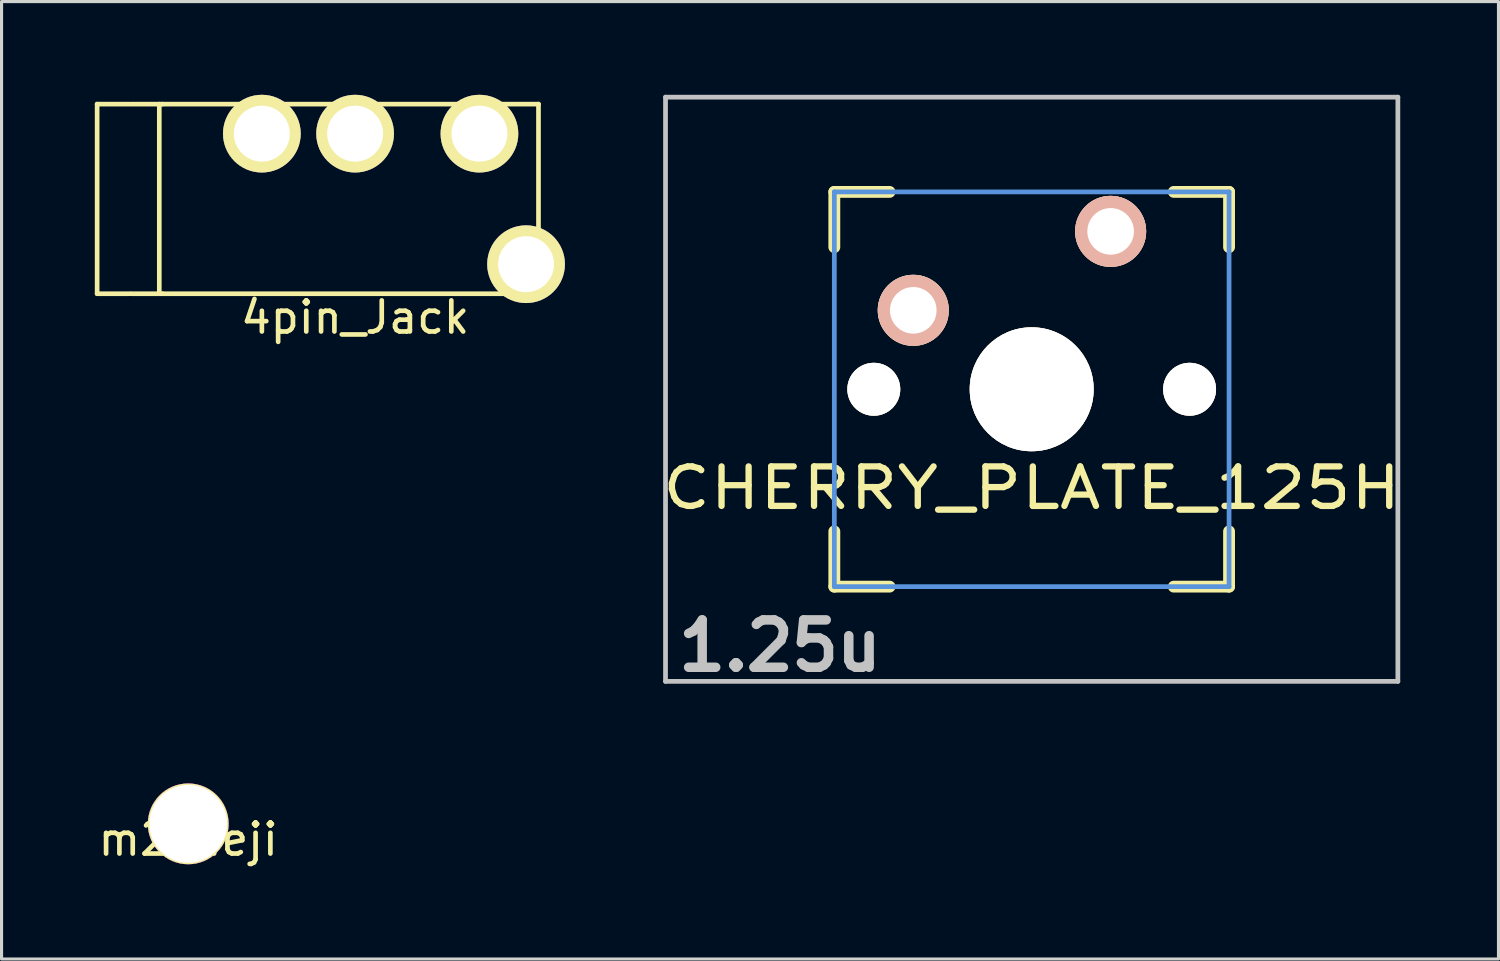
<source format=kicad_pcb>
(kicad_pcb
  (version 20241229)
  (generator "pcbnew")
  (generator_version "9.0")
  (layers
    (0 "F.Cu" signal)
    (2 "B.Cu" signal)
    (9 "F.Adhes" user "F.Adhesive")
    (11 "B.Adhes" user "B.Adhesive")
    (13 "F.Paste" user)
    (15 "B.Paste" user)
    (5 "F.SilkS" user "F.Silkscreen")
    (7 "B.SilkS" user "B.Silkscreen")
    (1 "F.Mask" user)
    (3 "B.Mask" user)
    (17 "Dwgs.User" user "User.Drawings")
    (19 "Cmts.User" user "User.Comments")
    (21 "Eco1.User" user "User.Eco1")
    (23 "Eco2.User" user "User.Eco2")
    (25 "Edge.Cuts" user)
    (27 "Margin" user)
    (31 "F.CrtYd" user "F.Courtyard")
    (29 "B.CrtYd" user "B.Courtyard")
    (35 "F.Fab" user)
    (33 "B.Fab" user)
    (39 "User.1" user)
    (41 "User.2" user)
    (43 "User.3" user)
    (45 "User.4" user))
  (footprint "4pin_Jack"
    (layer "F.Cu")
    (at 8.375 3.35)
    (property "Reference" "4pin_Jack" (at 0 3.81 0) (layer "F.SilkS") (effects (font (size 1 1) (thickness 0.15))))
    (attr through_hole)
    (fp_line (start -8.3 -3.05) (end -8.3 3.05) (stroke (width 0.15) (type solid)) (layer "F.SilkS"))
    (fp_line (start -7.25 -3.05) (end -8.3 -3.05) (stroke (width 0.15) (type solid)) (layer "F.SilkS"))
    (fp_line (start -7.25 3.05) (end -8.3 3.05) (stroke (width 0.15) (type solid)) (layer "F.SilkS"))
    (fp_line (start -7.2 3.05) (end -6.2 3.05) (stroke (width 0.15) (type solid)) (layer "F.SilkS"))
    (fp_line (start -6.3 -3.05) (end -6.3 3.05) (stroke (width 0.15) (type solid)) (layer "F.SilkS"))
    (fp_line (start -6.2 -3.05) (end -7.2 -3.05) (stroke (width 0.15) (type solid)) (layer "F.SilkS"))
    (fp_line (start -6.2 -3.05) (end 5.9 -3.05) (stroke (width 0.15) (type solid)) (layer "F.SilkS"))
    (fp_line (start -6.2 3.05) (end 5.9 3.05) (stroke (width 0.15) (type solid)) (layer "F.SilkS"))
    (fp_line (start 5.9 3.05) (end 5.9 -3.05) (stroke (width 0.15) (type solid)) (layer "F.SilkS"))
    (pad "1" thru_hole circle (at -3 -2.1) (size 2.5 2.5) (drill 1.8) (layers "*.Cu" "*.Mask" "F.SilkS"))
    (pad "2" thru_hole circle (at 0 -2.1) (size 2.5 2.5) (drill 1.8) (layers "*.Cu" "*.Mask" "F.SilkS"))
    (pad "3" thru_hole circle (at 4 -2.1) (size 2.5 2.5) (drill 1.8) (layers "*.Cu" "*.Mask" "F.SilkS"))
    (pad "4" thru_hole circle (at 5.5 2.1) (size 2.5 2.5) (drill 1.8) (layers "*.Cu" "*.Mask" "F.SilkS")))
  (footprint "CHERRY_PLATE_125H"
    (layer "F.Cu")
    (at 30.143 9.474)
    (property "Reference" "CHERRY_PLATE_125H" (at 0 3.175 0) (layer "F.SilkS") (effects (font (size 1.27 1.524) (thickness 0.203))))
    (attr through_hole)
    (fp_line (start -6.35 -6.35) (end -4.572 -6.35) (stroke (width 0.381) (type solid)) (layer "F.SilkS"))
    (fp_line (start -6.35 -4.572) (end -6.35 -6.35) (stroke (width 0.381) (type solid)) (layer "F.SilkS"))
    (fp_line (start -6.35 6.35) (end -6.35 4.572) (stroke (width 0.381) (type solid)) (layer "F.SilkS"))
    (fp_line (start -4.572 6.35) (end -6.35 6.35) (stroke (width 0.381) (type solid)) (layer "F.SilkS"))
    (fp_line (start 4.572 -6.35) (end 6.35 -6.35) (stroke (width 0.381) (type solid)) (layer "F.SilkS"))
    (fp_line (start 6.35 -6.35) (end 6.35 -4.572) (stroke (width 0.381) (type solid)) (layer "F.SilkS"))
    (fp_line (start 6.35 4.572) (end 6.35 6.35) (stroke (width 0.381) (type solid)) (layer "F.SilkS"))
    (fp_line (start 6.35 6.35) (end 4.572 6.35) (stroke (width 0.381) (type solid)) (layer "F.SilkS"))
    (fp_line (start -11.781 -9.398) (end 11.781 -9.398) (stroke (width 0.152) (type solid)) (layer "Dwgs.User"))
    (fp_line (start -11.781 9.398) (end -11.781 -9.398) (stroke (width 0.152) (type solid)) (layer "Dwgs.User"))
    (fp_line (start 11.781 -9.398) (end 11.781 9.398) (stroke (width 0.152) (type solid)) (layer "Dwgs.User"))
    (fp_line (start 11.781 9.398) (end -11.781 9.398) (stroke (width 0.152) (type solid)) (layer "Dwgs.User"))
    (fp_line (start -6.35 -6.35) (end 6.35 -6.35) (stroke (width 0.152) (type solid)) (layer "Cmts.User"))
    (fp_line (start -6.35 6.35) (end -6.35 -6.35) (stroke (width 0.152) (type solid)) (layer "Cmts.User"))
    (fp_line (start 6.35 -6.35) (end 6.35 6.35) (stroke (width 0.152) (type solid)) (layer "Cmts.User"))
    (fp_line (start 6.35 6.35) (end -6.35 6.35) (stroke (width 0.152) (type solid)) (layer "Cmts.User"))
    (fp_text user "1.25u" (at -8.098 8.255 0) (layer "Dwgs.User") (effects (font (size 1.524 1.524) (thickness 0.305))))
    (pad "1" thru_hole circle (at 2.54 -5.08) (size 2.286 2.286) (drill 1.499) (layers "*.Cu" "*.SilkS" "*.Mask"))
    (pad "2" thru_hole circle (at -3.81 -2.54) (size 2.286 2.286) (drill 1.499) (layers "*.Cu" "*.SilkS" "*.Mask"))
    (pad "HOLE" thru_hole circle (at -5.08 0) (size 1.702 1.702) (drill 1.702) (layers "*.Cu" "*.Mask" "F.SilkS"))
    (pad "HOLE" thru_hole circle (at 0 0) (size 3.988 3.988) (drill 3.988) (layers "*.Cu" "*.Mask" "F.SilkS"))
    (pad "HOLE" thru_hole circle (at 5.08 0) (size 1.702 1.702) (drill 1.702) (layers "*.Cu" "*.Mask" "F.SilkS")))
  (footprint "m2_neji"
    (layer "F.Cu")
    (at 3.006 23.456)
    (property "Reference" "m2_neji" (at 0 0.5 0) (layer "F.SilkS") (effects (font (size 1 1) (thickness 0.15))))
    (attr through_hole)
    (pad "1" thru_hole circle (at 0 0) (size 2.6 2.6) (drill 2.5) (layers "*.Cu" "*.Adhes" "F.SilkS")))
  (gr_rect
    (start -3 -3)
    (end 45.161 27.804)
    (stroke (width 0.1) (type default))
    (fill no)
    (layer "Edge.Cuts")))
</source>
